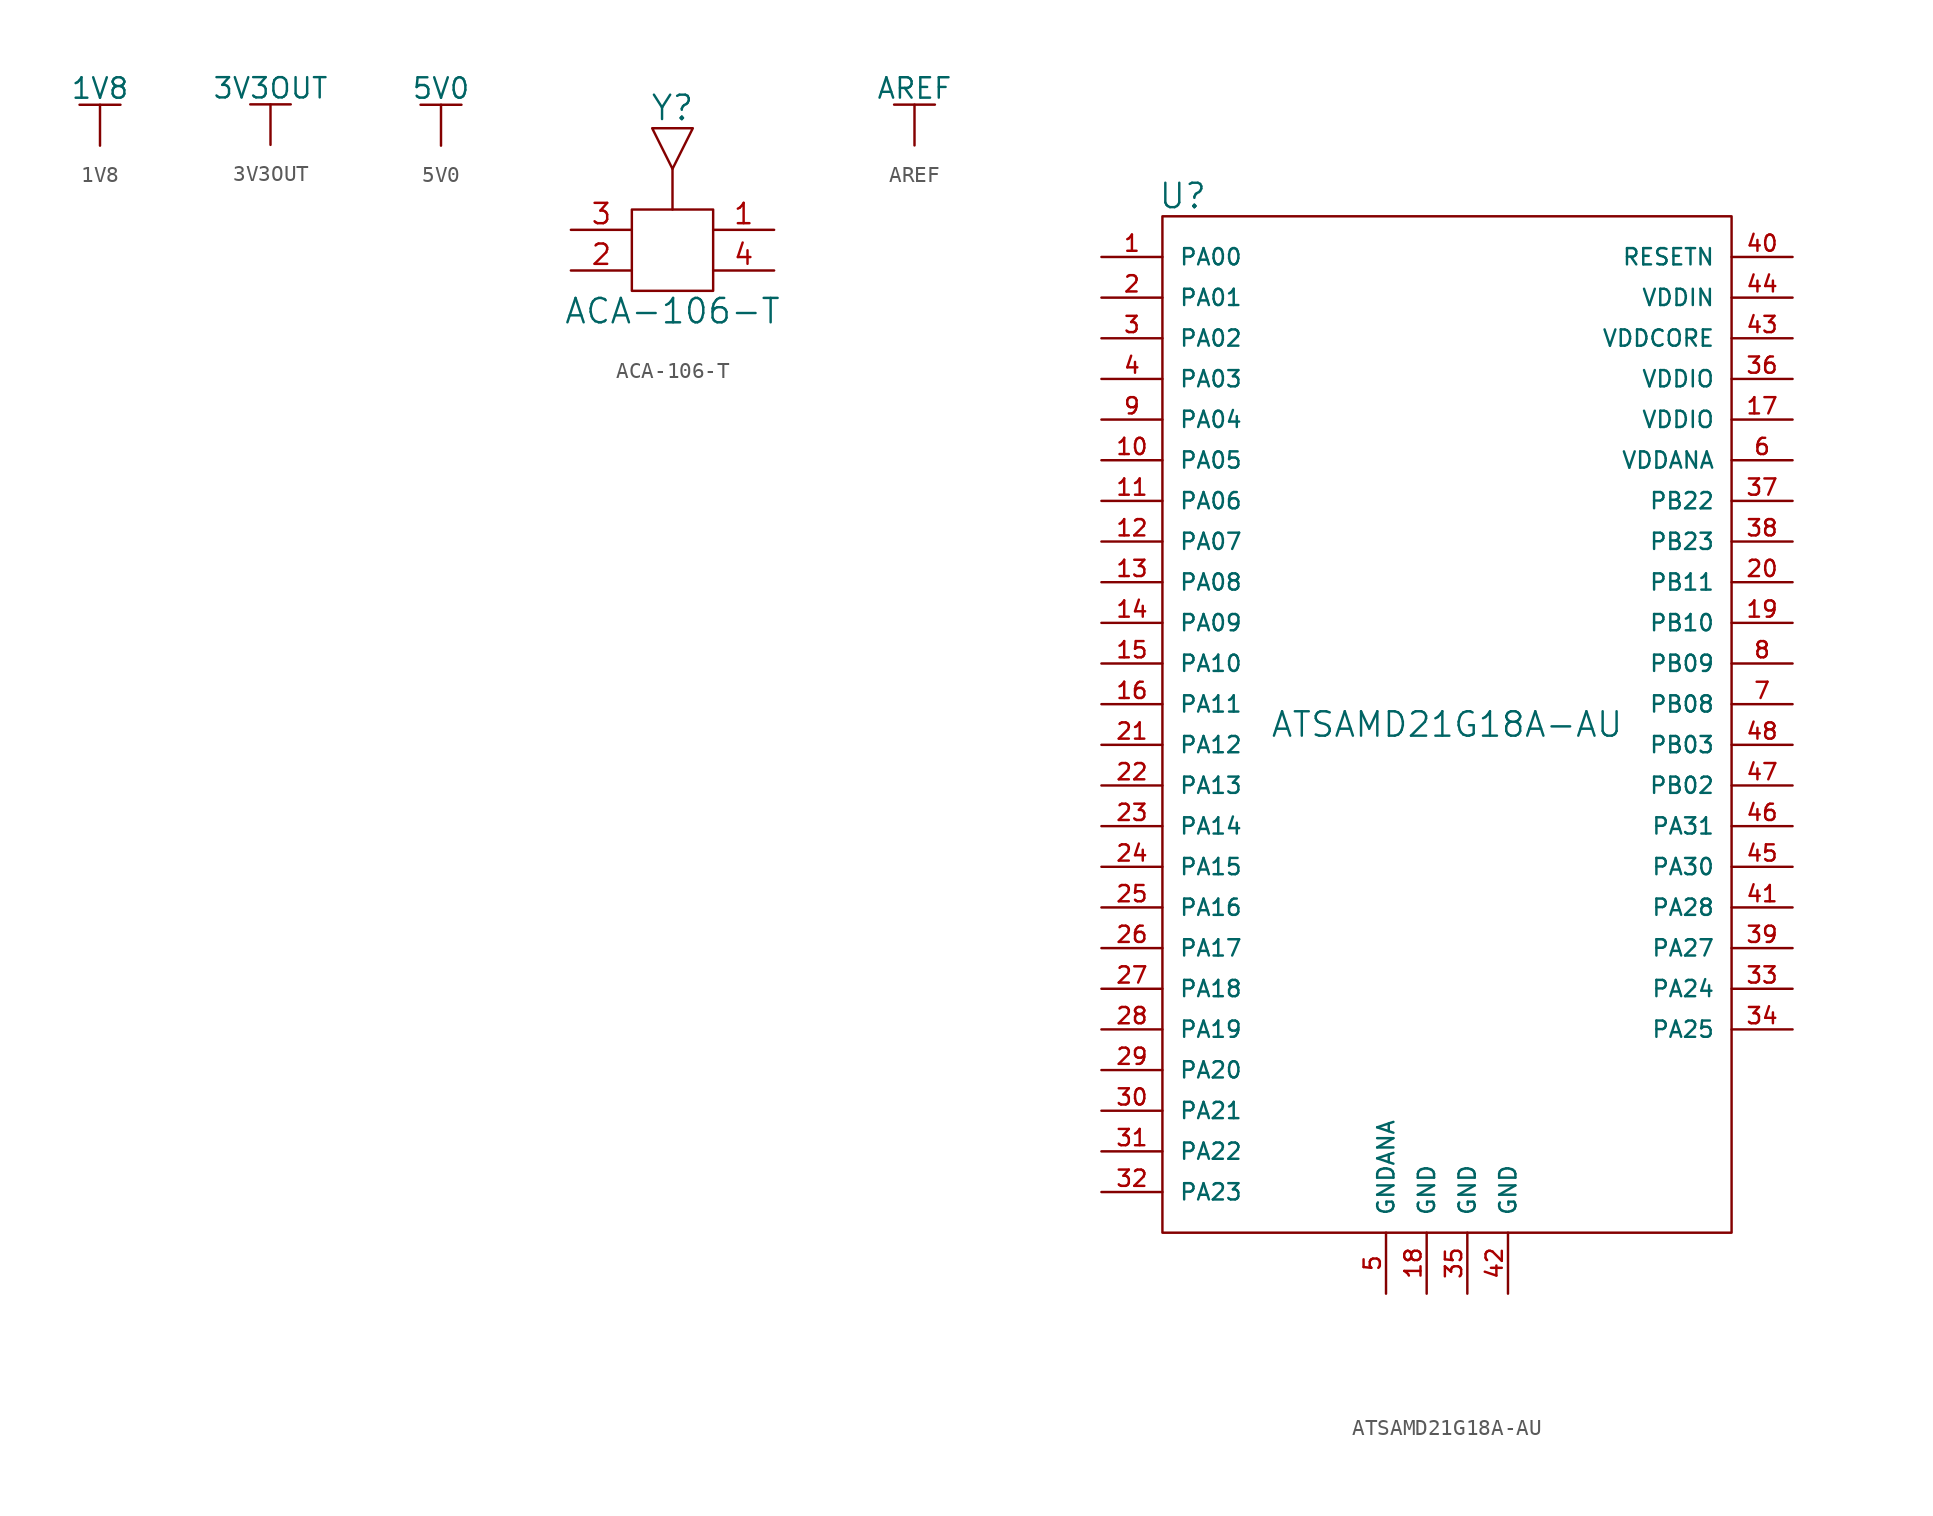
<source format=kicad_sym>
(kicad_symbol_lib
  (version 20211014)
  (generator kicad_symbol_editor)
  (symbol "1V8"
    (power)
    (pin_names
      (offset 0))
    (property "Reference" "#PWR"
      (at 0 -3.81 0)
      (effects (font (size 1.27 1.27)) hide))
    (property "Value" "1V8"
      (at 0 3.556 0)
      (effects (font (size 1.27 1.27))))
    (property "Footprint" ""
      (at 0 0 0)
      (effects (font (size 1.524 1.524))))
    (property "Datasheet" ""
      (at 0 0 0)
      (effects (font (size 1.524 1.524))))
    (symbol "1V8_0_1"
      (polyline (pts (xy -1.27 2.54) (xy 1.27 2.54)) (stroke (width 0) (type default) (color 0 0 0 0)) (fill (type none)))
      (polyline (pts (xy 0 0) (xy 0 2.54)) (stroke (width 0) (type default) (color 0 0 0 0)) (fill (type none))))
    (symbol "1V8_1_1"
      (pin power_in line (at 0 0 90) (length 0) hide (name "1V8" (effects (font (size 1.27 1.27)))) (number "1" (effects (font (size 1.27 1.27)))))))
  (symbol "3V3OUT"
    (power)
    (pin_names
      (offset 0))
    (property "Reference" "#PWR"
      (at 0 -3.81 0)
      (effects (font (size 1.27 1.27)) hide))
    (property "Value" "3V3OUT"
      (at 0 3.556 0)
      (effects (font (size 1.27 1.27))))
    (property "Footprint" ""
      (at 0 0 0)
      (effects (font (size 1.524 1.524))))
    (property "Datasheet" ""
      (at 0 0 0)
      (effects (font (size 1.524 1.524))))
    (symbol "3V3OUT_0_1"
      (polyline (pts (xy -1.27 2.54) (xy 1.27 2.54)) (stroke (width 0) (type default) (color 0 0 0 0)) (fill (type none)))
      (polyline (pts (xy 0 0) (xy 0 2.54)) (stroke (width 0) (type default) (color 0 0 0 0)) (fill (type none))))
    (symbol "3V3OUT_1_1"
      (pin power_in line (at 0 0 90) (length 0) hide (name "3V3OUT" (effects (font (size 1.27 1.27)))) (number "1" (effects (font (size 1.27 1.27)))))))
  (symbol "5V0"
    (power)
    (pin_names
      (offset 0))
    (property "Reference" "#PWR"
      (at 0 -3.81 0)
      (effects (font (size 1.27 1.27)) hide))
    (property "Value" "5V0"
      (at 0 3.556 0)
      (effects (font (size 1.27 1.27))))
    (property "Footprint" ""
      (at 0 0 0)
      (effects (font (size 1.524 1.524))))
    (property "Datasheet" ""
      (at 0 0 0)
      (effects (font (size 1.524 1.524))))
    (symbol "5V0_0_1"
      (polyline (pts (xy -1.27 2.54) (xy 1.27 2.54)) (stroke (width 0) (type default) (color 0 0 0 0)) (fill (type none)))
      (polyline (pts (xy 0 0) (xy 0 2.54)) (stroke (width 0) (type default) (color 0 0 0 0)) (fill (type none))))
    (symbol "5V0_1_1"
      (pin power_in line (at 0 0 90) (length 0) hide (name "5V0" (effects (font (size 1.27 1.27)))) (number "1" (effects (font (size 1.27 1.27)))))))
  (symbol "ACA-106-T"
    (pin_names
      (offset 1.016))
    (property "Reference" "Y"
      (at 0 8.89 0)
      (effects (font (size 1.524 1.524))))
    (property "Value" "ACA-106-T"
      (at 0 -3.81 0)
      (effects (font (size 1.524 1.524))))
    (property "Datasheet" ""
      (at 0 0 0)
      (effects (font (size 1.524 1.524))))
    (symbol "ACA-106-T_0_1"
      (rectangle (start -2.54 2.54) (end 2.54 -2.54) (stroke (width 0) (type default) (color 0 0 0 0)) (fill (type none)))
      (polyline (pts (xy 0 5.08) (xy 0 2.54)) (stroke (width 0) (type default) (color 0 0 0 0)) (fill (type none)))
      (polyline (pts (xy -1.27 7.62) (xy 1.27 7.62) (xy 0 5.08) (xy -1.27 7.62)) (stroke (width 0) (type default) (color 0 0 0 0)) (fill (type none))))
    (symbol "ACA-106-T_1_1"
      (pin input line (at 6.35 1.27 180) (length 3.81) (name "~" (effects (font (size 1.27 1.27)))) (number "1" (effects (font (size 1.27 1.27)))))
      (pin input line (at -6.35 -1.27 0) (length 3.81) (name "~" (effects (font (size 1.27 1.27)))) (number "2" (effects (font (size 1.27 1.27)))))
      (pin input line (at -6.35 1.27 0) (length 3.81) (name "~" (effects (font (size 1.27 1.27)))) (number "3" (effects (font (size 1.27 1.27)))))
      (pin input line (at 6.35 -1.27 180) (length 3.81) (name "~" (effects (font (size 1.27 1.27)))) (number "4" (effects (font (size 1.27 1.27)))))))
  (symbol "AREF"
    (power)
    (pin_names
      (offset 0))
    (property "Reference" "#PWR"
      (at 0 -3.81 0)
      (effects (font (size 1.27 1.27)) hide))
    (property "Value" "AREF"
      (at 0 3.556 0)
      (effects (font (size 1.27 1.27))))
    (property "Footprint" ""
      (at 0 0 0)
      (effects (font (size 1.524 1.524))))
    (property "Datasheet" ""
      (at 0 0 0)
      (effects (font (size 1.524 1.524))))
    (symbol "AREF_0_1"
      (polyline (pts (xy -1.27 2.54) (xy 1.27 2.54)) (stroke (width 0) (type default) (color 0 0 0 0)) (fill (type none)))
      (polyline (pts (xy 0 0) (xy 0 2.54)) (stroke (width 0) (type default) (color 0 0 0 0)) (fill (type none))))
    (symbol "AREF_1_1"
      (pin power_in line (at 0 0 90) (length 0) hide (name "AREF" (effects (font (size 1.27 1.27)))) (number "1" (effects (font (size 1.27 1.27)))))))
  (symbol "ATSAMD21G18A-AU"
    (pin_names
      (offset 1.016))
    (property "Reference" "U"
      (at -16.51 33.02 0)
      (effects (font (size 1.524 1.524))))
    (property "Value" "ATSAMD21G18A-AU"
      (at 0 0 0)
      (effects (font (size 1.524 1.524))))
    (property "Datasheet" ""
      (at 0 11.43 0)
      (effects (font (size 1.524 1.524))))
    (symbol "ATSAMD21G18A-AU_0_0"
      (rectangle (start -17.78 31.75) (end 17.78 -31.75) (stroke (width 0) (type default) (color 0 0 0 0)) (fill (type none))))
    (symbol "ATSAMD21G18A-AU_1_1"
      (pin input line (at -21.59 29.21 0) (length 3.81) (name "PA00" (effects (font (size 1.016 1.016)))) (number "1" (effects (font (size 1.016 1.016)))))
      (pin input line (at -21.59 16.51 0) (length 3.81) (name "PA05" (effects (font (size 1.016 1.016)))) (number "10" (effects (font (size 1.016 1.016)))))
      (pin input line (at -21.59 13.97 0) (length 3.81) (name "PA06" (effects (font (size 1.016 1.016)))) (number "11" (effects (font (size 1.016 1.016)))))
      (pin input line (at -21.59 11.43 0) (length 3.81) (name "PA07" (effects (font (size 1.016 1.016)))) (number "12" (effects (font (size 1.016 1.016)))))
      (pin input line (at -21.59 8.89 0) (length 3.81) (name "PA08" (effects (font (size 1.016 1.016)))) (number "13" (effects (font (size 1.016 1.016)))))
      (pin input line (at -21.59 6.35 0) (length 3.81) (name "PA09" (effects (font (size 1.016 1.016)))) (number "14" (effects (font (size 1.016 1.016)))))
      (pin input line (at -21.59 3.81 0) (length 3.81) (name "PA10" (effects (font (size 1.016 1.016)))) (number "15" (effects (font (size 1.016 1.016)))))
      (pin input line (at -21.59 1.27 0) (length 3.81) (name "PA11" (effects (font (size 1.016 1.016)))) (number "16" (effects (font (size 1.016 1.016)))))
      (pin input line (at 21.59 19.05 180) (length 3.81) (name "VDDIO" (effects (font (size 1.016 1.016)))) (number "17" (effects (font (size 1.016 1.016)))))
      (pin input line (at -1.27 -35.56 90) (length 3.81) (name "GND" (effects (font (size 1.016 1.016)))) (number "18" (effects (font (size 1.016 1.016)))))
      (pin input line (at 21.59 6.35 180) (length 3.81) (name "PB10" (effects (font (size 1.016 1.016)))) (number "19" (effects (font (size 1.016 1.016)))))
      (pin input line (at -21.59 26.67 0) (length 3.81) (name "PA01" (effects (font (size 1.016 1.016)))) (number "2" (effects (font (size 1.016 1.016)))))
      (pin input line (at 21.59 8.89 180) (length 3.81) (name "PB11" (effects (font (size 1.016 1.016)))) (number "20" (effects (font (size 1.016 1.016)))))
      (pin input line (at -21.59 -1.27 0) (length 3.81) (name "PA12" (effects (font (size 1.016 1.016)))) (number "21" (effects (font (size 1.016 1.016)))))
      (pin input line (at -21.59 -3.81 0) (length 3.81) (name "PA13" (effects (font (size 1.016 1.016)))) (number "22" (effects (font (size 1.016 1.016)))))
      (pin input line (at -21.59 -6.35 0) (length 3.81) (name "PA14" (effects (font (size 1.016 1.016)))) (number "23" (effects (font (size 1.016 1.016)))))
      (pin input line (at -21.59 -8.89 0) (length 3.81) (name "PA15" (effects (font (size 1.016 1.016)))) (number "24" (effects (font (size 1.016 1.016)))))
      (pin input line (at -21.59 -11.43 0) (length 3.81) (name "PA16" (effects (font (size 1.016 1.016)))) (number "25" (effects (font (size 1.016 1.016)))))
      (pin input line (at -21.59 -13.97 0) (length 3.81) (name "PA17" (effects (font (size 1.016 1.016)))) (number "26" (effects (font (size 1.016 1.016)))))
      (pin input line (at -21.59 -16.51 0) (length 3.81) (name "PA18" (effects (font (size 1.016 1.016)))) (number "27" (effects (font (size 1.016 1.016)))))
      (pin input line (at -21.59 -19.05 0) (length 3.81) (name "PA19" (effects (font (size 1.016 1.016)))) (number "28" (effects (font (size 1.016 1.016)))))
      (pin input line (at -21.59 -21.59 0) (length 3.81) (name "PA20" (effects (font (size 1.016 1.016)))) (number "29" (effects (font (size 1.016 1.016)))))
      (pin input line (at -21.59 24.13 0) (length 3.81) (name "PA02" (effects (font (size 1.016 1.016)))) (number "3" (effects (font (size 1.016 1.016)))))
      (pin input line (at -21.59 -24.13 0) (length 3.81) (name "PA21" (effects (font (size 1.016 1.016)))) (number "30" (effects (font (size 1.016 1.016)))))
      (pin input line (at -21.59 -26.67 0) (length 3.81) (name "PA22" (effects (font (size 1.016 1.016)))) (number "31" (effects (font (size 1.016 1.016)))))
      (pin input line (at -21.59 -29.21 0) (length 3.81) (name "PA23" (effects (font (size 1.016 1.016)))) (number "32" (effects (font (size 1.016 1.016)))))
      (pin input line (at 21.59 -16.51 180) (length 3.81) (name "PA24" (effects (font (size 1.016 1.016)))) (number "33" (effects (font (size 1.016 1.016)))))
      (pin input line (at 21.59 -19.05 180) (length 3.81) (name "PA25" (effects (font (size 1.016 1.016)))) (number "34" (effects (font (size 1.016 1.016)))))
      (pin input line (at 1.27 -35.56 90) (length 3.81) (name "GND" (effects (font (size 1.016 1.016)))) (number "35" (effects (font (size 1.016 1.016)))))
      (pin input line (at 21.59 21.59 180) (length 3.81) (name "VDDIO" (effects (font (size 1.016 1.016)))) (number "36" (effects (font (size 1.016 1.016)))))
      (pin input line (at 21.59 13.97 180) (length 3.81) (name "PB22" (effects (font (size 1.016 1.016)))) (number "37" (effects (font (size 1.016 1.016)))))
      (pin input line (at 21.59 11.43 180) (length 3.81) (name "PB23" (effects (font (size 1.016 1.016)))) (number "38" (effects (font (size 1.016 1.016)))))
      (pin input line (at 21.59 -13.97 180) (length 3.81) (name "PA27" (effects (font (size 1.016 1.016)))) (number "39" (effects (font (size 1.016 1.016)))))
      (pin input line (at -21.59 21.59 0) (length 3.81) (name "PA03" (effects (font (size 1.016 1.016)))) (number "4" (effects (font (size 1.016 1.016)))))
      (pin input line (at 21.59 29.21 180) (length 3.81) (name "RESETN" (effects (font (size 1.016 1.016)))) (number "40" (effects (font (size 1.016 1.016)))))
      (pin input line (at 21.59 -11.43 180) (length 3.81) (name "PA28" (effects (font (size 1.016 1.016)))) (number "41" (effects (font (size 1.016 1.016)))))
      (pin input line (at 3.81 -35.56 90) (length 3.81) (name "GND" (effects (font (size 1.016 1.016)))) (number "42" (effects (font (size 1.016 1.016)))))
      (pin input line (at 21.59 24.13 180) (length 3.81) (name "VDDCORE" (effects (font (size 1.016 1.016)))) (number "43" (effects (font (size 1.016 1.016)))))
      (pin input line (at 21.59 26.67 180) (length 3.81) (name "VDDIN" (effects (font (size 1.016 1.016)))) (number "44" (effects (font (size 1.016 1.016)))))
      (pin input line (at 21.59 -8.89 180) (length 3.81) (name "PA30" (effects (font (size 1.016 1.016)))) (number "45" (effects (font (size 1.016 1.016)))))
      (pin input line (at 21.59 -6.35 180) (length 3.81) (name "PA31" (effects (font (size 1.016 1.016)))) (number "46" (effects (font (size 1.016 1.016)))))
      (pin input line (at 21.59 -3.81 180) (length 3.81) (name "PB02" (effects (font (size 1.016 1.016)))) (number "47" (effects (font (size 1.016 1.016)))))
      (pin input line (at 21.59 -1.27 180) (length 3.81) (name "PB03" (effects (font (size 1.016 1.016)))) (number "48" (effects (font (size 1.016 1.016)))))
      (pin input line (at -3.81 -35.56 90) (length 3.81) (name "GNDANA" (effects (font (size 1.016 1.016)))) (number "5" (effects (font (size 1.016 1.016)))))
      (pin input line (at 21.59 16.51 180) (length 3.81) (name "VDDANA" (effects (font (size 1.016 1.016)))) (number "6" (effects (font (size 1.016 1.016)))))
      (pin input line (at 21.59 1.27 180) (length 3.81) (name "PB08" (effects (font (size 1.016 1.016)))) (number "7" (effects (font (size 1.016 1.016)))))
      (pin input line (at 21.59 3.81 180) (length 3.81) (name "PB09" (effects (font (size 1.016 1.016)))) (number "8" (effects (font (size 1.016 1.016)))))
      (pin input line (at -21.59 19.05 0) (length 3.81) (name "PA04" (effects (font (size 1.016 1.016)))) (number "9" (effects (font (size 1.016 1.016))))))))
</source>
